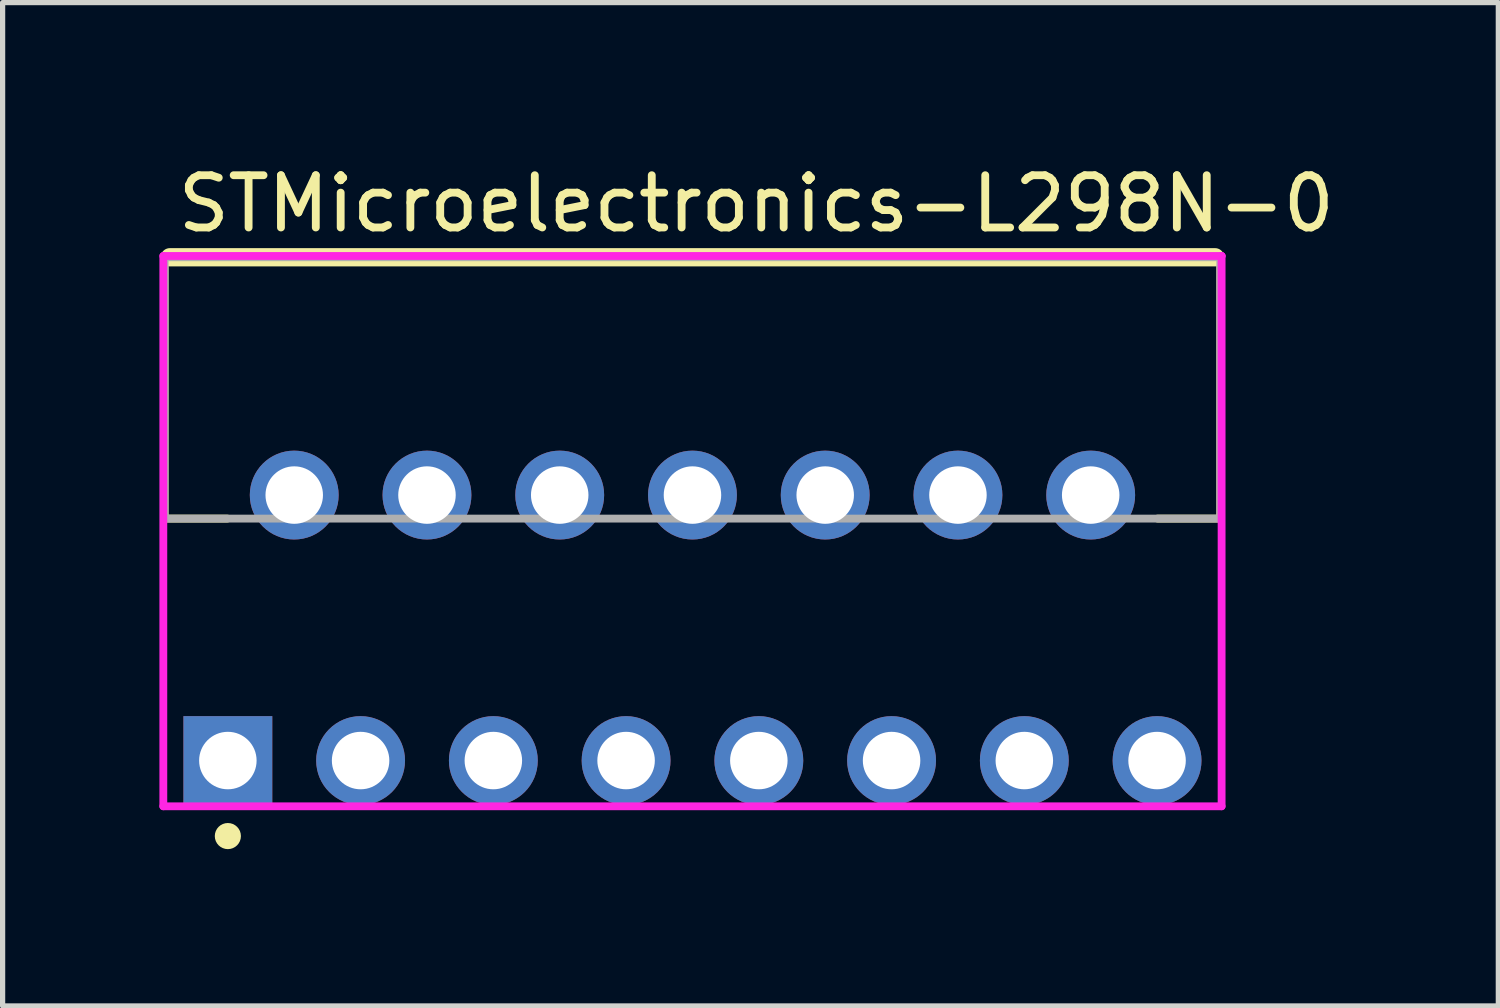
<source format=kicad_pcb>
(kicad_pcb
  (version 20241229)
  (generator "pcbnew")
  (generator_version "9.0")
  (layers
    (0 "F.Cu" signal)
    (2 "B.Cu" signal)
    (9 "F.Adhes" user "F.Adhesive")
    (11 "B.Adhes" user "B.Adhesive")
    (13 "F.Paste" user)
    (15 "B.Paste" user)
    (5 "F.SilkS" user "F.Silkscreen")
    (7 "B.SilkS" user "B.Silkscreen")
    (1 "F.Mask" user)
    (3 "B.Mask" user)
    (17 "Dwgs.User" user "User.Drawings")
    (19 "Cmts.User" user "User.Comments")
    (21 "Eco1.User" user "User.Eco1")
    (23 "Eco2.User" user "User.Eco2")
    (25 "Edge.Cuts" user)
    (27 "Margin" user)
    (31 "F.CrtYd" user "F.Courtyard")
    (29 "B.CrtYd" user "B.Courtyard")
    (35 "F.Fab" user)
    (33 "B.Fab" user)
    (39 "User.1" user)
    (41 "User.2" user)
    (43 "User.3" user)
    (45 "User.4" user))
  (footprint "STMicroelectronics-L298N-0"
    (layer "F.Cu")
    (at 10.2 4.373)
    (property "Reference" "STMicroelectronics-L298N-0" (at -9.925 -3.525 0) (layer "F.SilkS") (effects (font (size 1 1) (thickness 0.15)) (justify left)))
    (attr through_hole)
    (fp_line (start -10.1 -2.5) (end -10.1 2.5) (stroke (width 0.15) (type solid)) (layer "F.SilkS"))
    (fp_line (start -10.1 2.5) (end -8.9 2.5) (stroke (width 0.15) (type solid)) (layer "F.SilkS"))
    (fp_line (start -10 -2.5) (end 10 -2.5) (stroke (width 0.35) (type solid)) (layer "F.SilkS"))
    (fp_line (start 10.1 -2.5) (end 10.1 2.5) (stroke (width 0.15) (type solid)) (layer "F.SilkS"))
    (fp_line (start 10.1 2.5) (end 8.9 2.5) (stroke (width 0.15) (type solid)) (layer "F.SilkS"))
    (fp_circle (center -8.89 8.575) (end -8.765 8.575) (stroke (width 0.25) (type solid)) (fill no) (layer "F.SilkS"))
    (fp_line (start -10.125 -2.525) (end -10.125 8.005) (stroke (width 0.15) (type solid)) (layer "F.CrtYd"))
    (fp_line (start -10.125 8.005) (end 10.125 8.005) (stroke (width 0.15) (type solid)) (layer "F.CrtYd"))
    (fp_line (start 10.125 -2.525) (end -10.125 -2.525) (stroke (width 0.15) (type solid)) (layer "F.CrtYd"))
    (fp_line (start 10.125 -2.525) (end 10.125 -2.525) (stroke (width 0.15) (type solid)) (layer "F.CrtYd"))
    (fp_line (start 10.125 8.005) (end 10.125 -2.525) (stroke (width 0.15) (type solid)) (layer "F.CrtYd"))
    (fp_line (start -10.1 -2.5) (end 10.1 -2.5) (stroke (width 0.15) (type solid)) (layer "F.Fab"))
    (fp_line (start -10.1 2.5) (end -10.1 -2.5) (stroke (width 0.15) (type solid)) (layer "F.Fab"))
    (fp_line (start 10.1 -2.5) (end 10.1 2.5) (stroke (width 0.15) (type solid)) (layer "F.Fab"))
    (fp_line (start 10.1 2.5) (end -10.1 2.5) (stroke (width 0.15) (type solid)) (layer "F.Fab"))
    (pad "1" thru_hole rect (at -8.89 7.13) (size 1.7 1.7) (drill 1.1) (layers "*.Cu"))
    (pad "2" thru_hole circle (at -7.62 2.05) (size 1.7 1.7) (drill 1.1) (layers "*.Cu"))
    (pad "3" thru_hole circle (at -6.35 7.13) (size 1.7 1.7) (drill 1.1) (layers "*.Cu"))
    (pad "4" thru_hole circle (at -5.08 2.05) (size 1.7 1.7) (drill 1.1) (layers "*.Cu"))
    (pad "5" thru_hole circle (at -3.81 7.13) (size 1.7 1.7) (drill 1.1) (layers "*.Cu"))
    (pad "6" thru_hole circle (at -2.54 2.05) (size 1.7 1.7) (drill 1.1) (layers "*.Cu"))
    (pad "7" thru_hole circle (at -1.27 7.13) (size 1.7 1.7) (drill 1.1) (layers "*.Cu"))
    (pad "8" thru_hole circle (at 0 2.05) (size 1.7 1.7) (drill 1.1) (layers "*.Cu"))
    (pad "9" thru_hole circle (at 1.27 7.13) (size 1.7 1.7) (drill 1.1) (layers "*.Cu"))
    (pad "10" thru_hole circle (at 2.54 2.05) (size 1.7 1.7) (drill 1.1) (layers "*.Cu"))
    (pad "11" thru_hole circle (at 3.81 7.13) (size 1.7 1.7) (drill 1.1) (layers "*.Cu"))
    (pad "12" thru_hole circle (at 5.08 2.05) (size 1.7 1.7) (drill 1.1) (layers "*.Cu"))
    (pad "13" thru_hole circle (at 6.35 7.13) (size 1.7 1.7) (drill 1.1) (layers "*.Cu"))
    (pad "14" thru_hole circle (at 7.62 2.05) (size 1.7 1.7) (drill 1.1) (layers "*.Cu"))
    (pad "15" thru_hole circle (at 8.89 7.13) (size 1.7 1.7) (drill 1.1) (layers "*.Cu")))
  (gr_rect
    (start -3 -3)
    (end 25.62 16.198)
    (stroke (width 0.1) (type default))
    (fill no)
    (layer "Edge.Cuts")))
</source>
